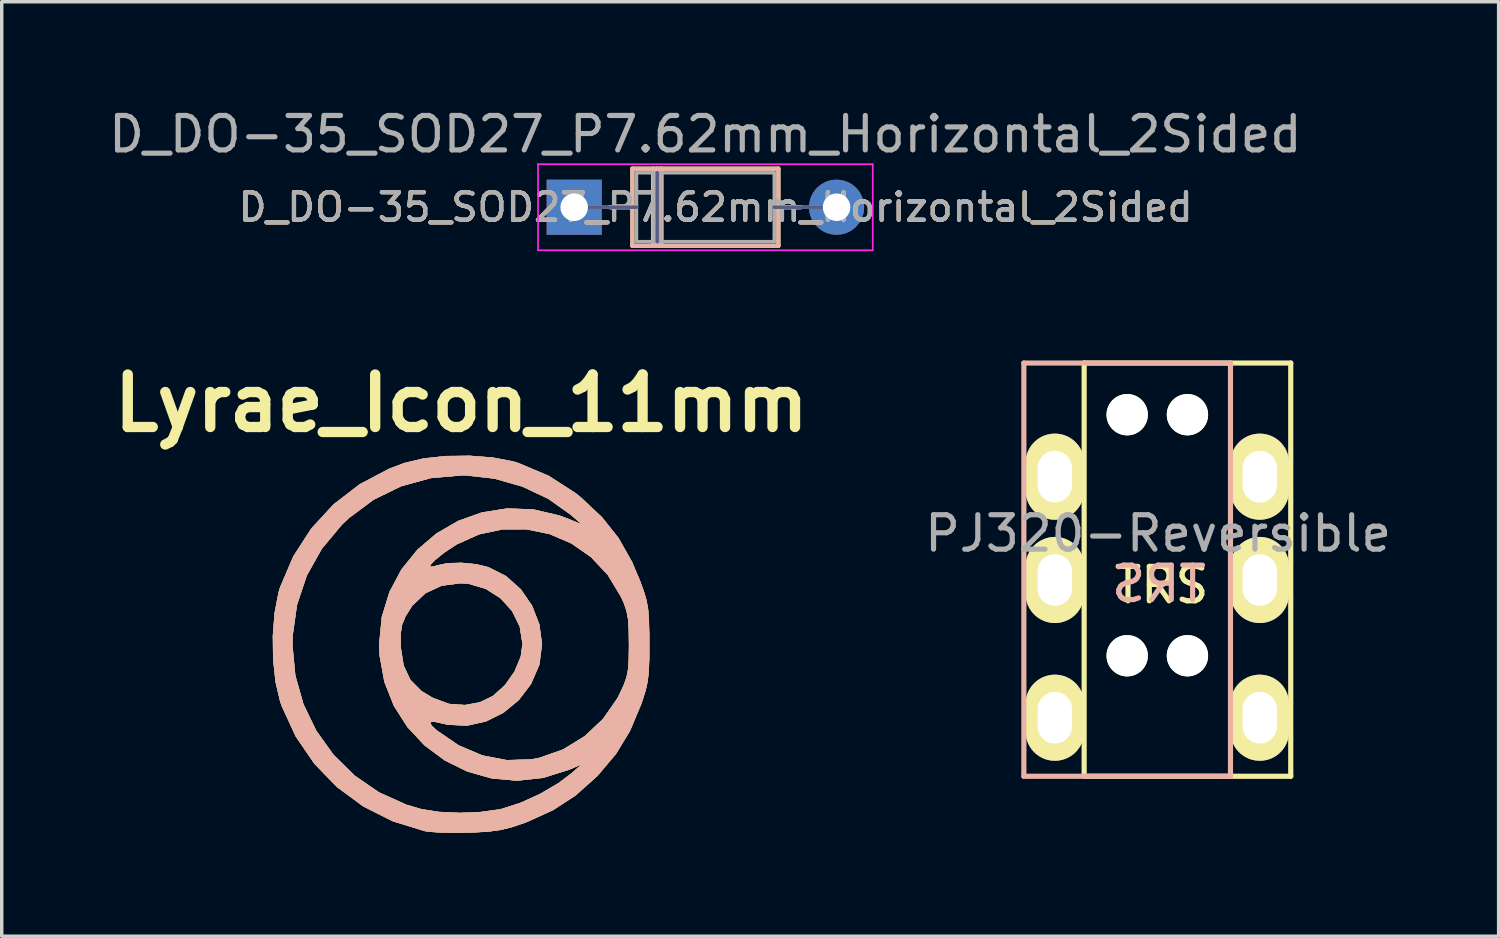
<source format=kicad_pcb>
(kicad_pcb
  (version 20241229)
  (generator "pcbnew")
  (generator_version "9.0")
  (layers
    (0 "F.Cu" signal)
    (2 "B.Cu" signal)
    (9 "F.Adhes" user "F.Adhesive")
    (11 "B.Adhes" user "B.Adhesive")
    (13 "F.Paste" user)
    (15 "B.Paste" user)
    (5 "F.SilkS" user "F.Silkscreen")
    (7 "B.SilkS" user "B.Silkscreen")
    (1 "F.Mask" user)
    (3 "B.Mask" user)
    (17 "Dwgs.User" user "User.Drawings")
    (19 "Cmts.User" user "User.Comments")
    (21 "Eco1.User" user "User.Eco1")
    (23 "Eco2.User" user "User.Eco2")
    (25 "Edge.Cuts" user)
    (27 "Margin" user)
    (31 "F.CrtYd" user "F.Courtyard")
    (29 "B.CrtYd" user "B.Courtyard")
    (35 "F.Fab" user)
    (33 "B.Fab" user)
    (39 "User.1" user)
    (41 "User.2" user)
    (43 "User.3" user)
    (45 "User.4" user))
  (footprint "Lyrae_Icon_11mm"
    (layer "F.Cu")
    (at 10.349 15.661)
    (property "Reference" "Lyrae_Icon_11mm" (at 0 -7 0) (layer "F.SilkS") (effects (font (size 1.524 1.524) (thickness 0.3))))
    (attr through_hole)
    (fp_poly (pts (xy 0.916 -5.421) (xy 1.504 -5.308) (xy 1.651 -5.263) (xy 2.531 -4.891) (xy 3.308 -4.392) (xy 3.475 -4.258) (xy 4.082 -3.687) (xy 4.563 -3.081) (xy 4.953 -2.392) (xy 5.193 -1.823) (xy 5.301 -1.525) (xy 5.374 -1.274) (xy 5.419 -1.024) (xy 5.443 -0.726) (xy 5.453 -0.333) (xy 5.455 -0.042) (xy 5.453 0.433) (xy 5.439 0.788) (xy 5.408 1.07) (xy 5.352 1.326) (xy 5.265 1.606) (xy 5.221 1.735) (xy 4.895 2.511) (xy 4.491 3.177) (xy 3.976 3.789) (xy 3.922 3.844) (xy 3.312 4.389) (xy 2.66 4.813) (xy 1.909 5.155) (xy 1.829 5.185) (xy 1.467 5.308) (xy 1.143 5.388) (xy 0.794 5.436) (xy 0.357 5.462) (xy 0.212 5.467) (xy -0.208 5.472) (xy -0.601 5.464) (xy -0.915 5.443) (xy -1.058 5.423) (xy -1.99 5.137) (xy -2.845 4.707) (xy -3.609 4.145) (xy -4.268 3.464) (xy -4.808 2.676) (xy -5.214 1.793) (xy -5.263 1.651) (xy -5.394 1.097) (xy -5.464 0.446) (xy -5.47 0.025) (xy -4.909 0.025) (xy -4.826 0.903) (xy -4.59 1.739) (xy -4.215 2.514) (xy -3.715 3.212) (xy -3.103 3.814) (xy -2.393 4.303) (xy -1.599 4.661) (xy -1.167 4.788) (xy -0.654 4.869) (xy -0.055 4.898) (xy 0.555 4.873) (xy 1.103 4.797) (xy 1.177 4.78) (xy 1.718 4.606) (xy 2.29 4.345) (xy 2.823 4.033) (xy 3.175 3.767) (xy 3.514 3.473) (xy 3.129 3.638) (xy 2.375 3.876) (xy 1.62 3.957) (xy 0.882 3.892) (xy 0.177 3.693) (xy -0.476 3.372) (xy -1.062 2.939) (xy -1.561 2.407) (xy -1.654 2.262) (xy -0.913 2.262) (xy -0.87 2.358) (xy -0.716 2.503) (xy -0.076 2.94) (xy 0.61 3.23) (xy 1.319 3.366) (xy 2.031 3.344) (xy 2.268 3.299) (xy 2.956 3.056) (xy 3.582 2.671) (xy 4.117 2.167) (xy 4.533 1.568) (xy 4.592 1.452) (xy 4.717 1.184) (xy 4.797 0.962) (xy 4.842 0.733) (xy 4.863 0.446) (xy 4.868 0.048) (xy 4.868 0) (xy 4.863 -0.423) (xy 4.843 -0.728) (xy 4.799 -0.966) (xy 4.723 -1.189) (xy 4.64 -1.376) (xy 4.255 -2.014) (xy 3.765 -2.536) (xy 3.193 -2.934) (xy 2.56 -3.205) (xy 1.888 -3.342) (xy 1.198 -3.341) (xy 0.513 -3.196) (xy -0.146 -2.9) (xy -0.511 -2.657) (xy -0.774 -2.442) (xy -0.906 -2.302) (xy -0.903 -2.244) (xy -0.761 -2.271) (xy -0.714 -2.288) (xy -0.397 -2.354) (xy 0.009 -2.365) (xy 0.434 -2.323) (xy 0.779 -2.239) (xy 1.294 -1.979) (xy 1.724 -1.595) (xy 2.051 -1.118) (xy 2.261 -0.578) (xy 2.338 -0.006) (xy 2.266 0.568) (xy 2.255 0.607) (xy 2.018 1.154) (xy 1.664 1.619) (xy 1.219 1.985) (xy 0.71 2.238) (xy 0.165 2.359) (xy -0.391 2.334) (xy -0.546 2.298) (xy -0.805 2.242) (xy -0.913 2.262) (xy -1.654 2.262) (xy -1.958 1.786) (xy -2.234 1.089) (xy -2.373 0.325) (xy -2.386 0) (xy -2.357 -0.294) (xy -1.768 -0.294) (xy -1.764 0.072) (xy -1.764 0.087) (xy -1.679 0.618) (xy -1.484 1.034) (xy -1.161 1.36) (xy -0.836 1.556) (xy -0.358 1.733) (xy 0.107 1.766) (xy 0.538 1.687) (xy 0.92 1.501) (xy 1.266 1.189) (xy 1.545 0.794) (xy 1.726 0.358) (xy 1.778 -0.01) (xy 1.697 -0.515) (xy 1.475 -0.967) (xy 1.136 -1.342) (xy 0.707 -1.614) (xy 0.212 -1.759) (xy -0.024 -1.776) (xy -0.577 -1.704) (xy -1.048 -1.484) (xy -1.429 -1.123) (xy -1.626 -0.812) (xy -1.726 -0.565) (xy -1.768 -0.294) (xy -2.357 -0.294) (xy -2.309 -0.791) (xy -2.086 -1.519) (xy -1.737 -2.174) (xy -1.277 -2.743) (xy -0.724 -3.215) (xy -0.094 -3.58) (xy 0.595 -3.826) (xy 1.326 -3.942) (xy 2.083 -3.916) (xy 2.848 -3.737) (xy 3.103 -3.641) (xy 3.514 -3.471) (xy 3.175 -3.767) (xy 2.525 -4.228) (xy 1.774 -4.582) (xy 0.962 -4.814) (xy 0.129 -4.908) (xy 0.025 -4.909) (xy -0.889 -4.83) (xy -1.753 -4.592) (xy -2.553 -4.201) (xy -3.277 -3.662) (xy -3.474 -3.474) (xy -4.056 -2.776) (xy -4.492 -1.997) (xy -4.776 -1.151) (xy -4.903 -0.25) (xy -4.909 0.025) (xy -5.47 0.025) (xy -5.473 -0.245) (xy -5.421 -0.915) (xy -5.308 -1.504) (xy -5.264 -1.651) (xy -4.878 -2.553) (xy -4.357 -3.36) (xy -3.711 -4.061) (xy -2.953 -4.644) (xy -2.095 -5.097) (xy -1.651 -5.264) (xy -1.097 -5.395) (xy -0.444 -5.465) (xy 0.246 -5.473) (xy 0.916 -5.421)) (stroke (width 0.01) (type solid)) (fill yes) (layer "F.SilkS"))
    (fp_poly (pts (xy 0.916 -5.421) (xy 1.504 -5.308) (xy 1.651 -5.263) (xy 2.531 -4.891) (xy 3.308 -4.392) (xy 3.475 -4.258) (xy 4.082 -3.687) (xy 4.563 -3.081) (xy 4.953 -2.392) (xy 5.193 -1.823) (xy 5.301 -1.525) (xy 5.374 -1.274) (xy 5.419 -1.024) (xy 5.443 -0.726) (xy 5.453 -0.333) (xy 5.455 -0.042) (xy 5.453 0.433) (xy 5.439 0.788) (xy 5.408 1.07) (xy 5.352 1.326) (xy 5.265 1.606) (xy 5.221 1.735) (xy 4.895 2.511) (xy 4.491 3.177) (xy 3.976 3.789) (xy 3.922 3.844) (xy 3.312 4.389) (xy 2.66 4.813) (xy 1.909 5.155) (xy 1.829 5.185) (xy 1.467 5.308) (xy 1.143 5.388) (xy 0.794 5.436) (xy 0.357 5.462) (xy 0.212 5.467) (xy -0.208 5.472) (xy -0.601 5.464) (xy -0.915 5.443) (xy -1.058 5.423) (xy -1.99 5.137) (xy -2.845 4.707) (xy -3.609 4.145) (xy -4.268 3.464) (xy -4.808 2.676) (xy -5.214 1.793) (xy -5.263 1.651) (xy -5.394 1.097) (xy -5.464 0.446) (xy -5.47 0.025) (xy -4.909 0.025) (xy -4.826 0.903) (xy -4.59 1.739) (xy -4.215 2.514) (xy -3.715 3.212) (xy -3.103 3.814) (xy -2.393 4.303) (xy -1.599 4.661) (xy -1.167 4.788) (xy -0.654 4.869) (xy -0.055 4.898) (xy 0.555 4.873) (xy 1.103 4.797) (xy 1.177 4.78) (xy 1.718 4.606) (xy 2.29 4.345) (xy 2.823 4.033) (xy 3.175 3.767) (xy 3.514 3.473) (xy 3.129 3.638) (xy 2.375 3.876) (xy 1.62 3.957) (xy 0.882 3.892) (xy 0.177 3.693) (xy -0.476 3.372) (xy -1.062 2.939) (xy -1.561 2.407) (xy -1.654 2.262) (xy -0.913 2.262) (xy -0.87 2.358) (xy -0.716 2.503) (xy -0.076 2.94) (xy 0.61 3.23) (xy 1.319 3.366) (xy 2.031 3.344) (xy 2.268 3.299) (xy 2.956 3.056) (xy 3.582 2.671) (xy 4.117 2.167) (xy 4.533 1.568) (xy 4.592 1.452) (xy 4.717 1.184) (xy 4.797 0.962) (xy 4.842 0.733) (xy 4.863 0.446) (xy 4.868 0.048) (xy 4.868 0) (xy 4.863 -0.423) (xy 4.843 -0.728) (xy 4.799 -0.966) (xy 4.723 -1.189) (xy 4.64 -1.376) (xy 4.255 -2.014) (xy 3.765 -2.536) (xy 3.193 -2.934) (xy 2.56 -3.205) (xy 1.888 -3.342) (xy 1.198 -3.341) (xy 0.513 -3.196) (xy -0.146 -2.9) (xy -0.511 -2.657) (xy -0.774 -2.442) (xy -0.906 -2.302) (xy -0.903 -2.244) (xy -0.761 -2.271) (xy -0.714 -2.288) (xy -0.397 -2.354) (xy 0.009 -2.365) (xy 0.434 -2.323) (xy 0.779 -2.239) (xy 1.294 -1.979) (xy 1.724 -1.595) (xy 2.051 -1.118) (xy 2.261 -0.578) (xy 2.338 -0.006) (xy 2.266 0.568) (xy 2.255 0.607) (xy 2.018 1.154) (xy 1.664 1.619) (xy 1.219 1.985) (xy 0.71 2.238) (xy 0.165 2.359) (xy -0.391 2.334) (xy -0.546 2.298) (xy -0.805 2.242) (xy -0.913 2.262) (xy -1.654 2.262) (xy -1.958 1.786) (xy -2.234 1.089) (xy -2.373 0.325) (xy -2.386 0) (xy -2.357 -0.294) (xy -1.768 -0.294) (xy -1.764 0.072) (xy -1.764 0.087) (xy -1.679 0.618) (xy -1.484 1.034) (xy -1.161 1.36) (xy -0.836 1.556) (xy -0.358 1.733) (xy 0.107 1.766) (xy 0.538 1.687) (xy 0.92 1.501) (xy 1.266 1.189) (xy 1.545 0.794) (xy 1.726 0.358) (xy 1.778 -0.01) (xy 1.697 -0.515) (xy 1.475 -0.967) (xy 1.136 -1.342) (xy 0.707 -1.614) (xy 0.212 -1.759) (xy -0.024 -1.776) (xy -0.577 -1.704) (xy -1.048 -1.484) (xy -1.429 -1.123) (xy -1.626 -0.812) (xy -1.726 -0.565) (xy -1.768 -0.294) (xy -2.357 -0.294) (xy -2.309 -0.791) (xy -2.086 -1.519) (xy -1.737 -2.174) (xy -1.277 -2.743) (xy -0.724 -3.215) (xy -0.094 -3.58) (xy 0.595 -3.826) (xy 1.326 -3.942) (xy 2.083 -3.916) (xy 2.848 -3.737) (xy 3.103 -3.641) (xy 3.514 -3.471) (xy 3.175 -3.767) (xy 2.525 -4.228) (xy 1.774 -4.582) (xy 0.962 -4.814) (xy 0.129 -4.908) (xy 0.025 -4.909) (xy -0.889 -4.83) (xy -1.753 -4.592) (xy -2.553 -4.201) (xy -3.277 -3.662) (xy -3.474 -3.474) (xy -4.056 -2.776) (xy -4.492 -1.997) (xy -4.776 -1.151) (xy -4.903 -0.25) (xy -4.909 0.025) (xy -5.47 0.025) (xy -5.473 -0.245) (xy -5.421 -0.915) (xy -5.308 -1.504) (xy -5.264 -1.651) (xy -4.878 -2.553) (xy -4.357 -3.36) (xy -3.711 -4.061) (xy -2.953 -4.644) (xy -2.095 -5.097) (xy -1.651 -5.264) (xy -1.097 -5.395) (xy -0.444 -5.465) (xy 0.246 -5.473) (xy 0.916 -5.421)) (stroke (width 0.01) (type solid)) (fill yes) (layer "B.SilkS")))
  (footprint "D_DO-35_SOD27_P7.62mm_Horizontal_2Sided"
    (layer "F.Cu")
    (at 13.625 2.968)
    (property "Reference" "D_DO-35_SOD27_P7.62mm_Horizontal_2Sided" (at 3.81 -2.12 0) (unlocked yes) (layer "F.Fab") (effects (font (size 1 1) (thickness 0.15))))
    (attr through_hole)
    (fp_line (start 1.04 0) (end 1.69 0) (stroke (width 0.12) (type solid)) (layer "F.SilkS"))
    (fp_line (start 1.69 -1.12) (end 1.69 1.12) (stroke (width 0.12) (type solid)) (layer "F.SilkS"))
    (fp_line (start 1.69 1.12) (end 5.93 1.12) (stroke (width 0.12) (type solid)) (layer "F.SilkS"))
    (fp_line (start 2.29 -1.12) (end 2.29 1.12) (stroke (width 0.12) (type solid)) (layer "F.SilkS"))
    (fp_line (start 2.41 -1.12) (end 2.41 1.12) (stroke (width 0.12) (type solid)) (layer "F.SilkS"))
    (fp_line (start 2.53 -1.12) (end 2.53 1.12) (stroke (width 0.12) (type solid)) (layer "F.SilkS"))
    (fp_line (start 5.93 -1.12) (end 1.69 -1.12) (stroke (width 0.12) (type solid)) (layer "F.SilkS"))
    (fp_line (start 5.93 1.12) (end 5.93 -1.12) (stroke (width 0.12) (type solid)) (layer "F.SilkS"))
    (fp_line (start 6.58 0) (end 5.93 0) (stroke (width 0.12) (type solid)) (layer "F.SilkS"))
    (fp_line (start 1.04 0) (end 1.69 0) (stroke (width 0.12) (type solid)) (layer "B.SilkS"))
    (fp_line (start 1.69 -1.12) (end 5.93 -1.12) (stroke (width 0.12) (type solid)) (layer "B.SilkS"))
    (fp_line (start 1.69 1.12) (end 1.69 -1.12) (stroke (width 0.12) (type solid)) (layer "B.SilkS"))
    (fp_line (start 2.29 -1.12) (end 2.29 1.12) (stroke (width 0.12) (type solid)) (layer "B.SilkS"))
    (fp_line (start 2.41 -1.12) (end 2.41 1.12) (stroke (width 0.12) (type solid)) (layer "B.SilkS"))
    (fp_line (start 2.53 -1.12) (end 2.53 1.12) (stroke (width 0.12) (type solid)) (layer "B.SilkS"))
    (fp_line (start 5.93 -1.12) (end 5.93 1.12) (stroke (width 0.12) (type solid)) (layer "B.SilkS"))
    (fp_line (start 5.93 1.12) (end 1.69 1.12) (stroke (width 0.12) (type solid)) (layer "B.SilkS"))
    (fp_line (start 6.58 0) (end 5.93 0) (stroke (width 0.12) (type solid)) (layer "B.SilkS"))
    (fp_line (start -1.05 -1.25) (end -1.05 1.25) (stroke (width 0.05) (type solid)) (layer "F.CrtYd"))
    (fp_line (start -1.05 1.25) (end 8.67 1.25) (stroke (width 0.05) (type solid)) (layer "F.CrtYd"))
    (fp_line (start 8.67 -1.25) (end -1.05 -1.25) (stroke (width 0.05) (type solid)) (layer "F.CrtYd"))
    (fp_line (start 8.67 1.25) (end 8.67 -1.25) (stroke (width 0.05) (type solid)) (layer "F.CrtYd"))
    (fp_line (start 0 0) (end 1.81 0) (stroke (width 0.1) (type solid)) (layer "B.Fab"))
    (fp_line (start 2.41 1) (end 2.41 -1) (stroke (width 0.1) (type solid)) (layer "B.Fab"))
    (fp_line (start 7.62 0) (end 5.81 0) (stroke (width 0.1) (type solid)) (layer "B.Fab"))
    (fp_line (start 0 0) (end 1.81 0) (stroke (width 0.1) (type solid)) (layer "F.Fab"))
    (fp_line (start 1.81 -1) (end 1.81 1) (stroke (width 0.1) (type solid)) (layer "F.Fab"))
    (fp_line (start 1.81 1) (end 5.81 1) (stroke (width 0.1) (type solid)) (layer "F.Fab"))
    (fp_line (start 2.31 -1) (end 2.31 1) (stroke (width 0.1) (type solid)) (layer "F.Fab"))
    (fp_line (start 2.41 -1) (end 2.41 1) (stroke (width 0.1) (type solid)) (layer "F.Fab"))
    (fp_line (start 2.51 -1) (end 2.51 1) (stroke (width 0.1) (type solid)) (layer "F.Fab"))
    (fp_line (start 5.81 -1) (end 1.81 -1) (stroke (width 0.1) (type solid)) (layer "F.Fab"))
    (fp_line (start 5.81 1) (end 5.81 -1) (stroke (width 0.1) (type solid)) (layer "F.Fab"))
    (fp_line (start 7.62 0) (end 5.81 0) (stroke (width 0.1) (type solid)) (layer "F.Fab"))
    (fp_text user "${REFERENCE}" (at 4.11 0 0) (layer "F.SilkS") (effects (font (size 0.8 0.8) (thickness 0.12))))
    (fp_text user "${REFERENCE}" (at 4.11 0 0) (layer "B.SilkS") (effects (font (size 0.8 0.8) (thickness 0.12))))
    (fp_text user "${REFERENCE}" (at 4.11 0 0) (layer "F.Fab") (effects (font (size 0.8 0.8) (thickness 0.12))))
    (pad "1" thru_hole rect (at 0 0) (size 1.6 1.6) (drill 0.8) (layers "*.Cu" "*.Mask"))
    (pad "2" thru_hole oval (at 7.62 0) (size 1.6 1.6) (drill 0.8) (layers "*.Cu" "*.Mask")))
  (footprint "PJ320-Reversible"
    (layer "F.Cu")
    (at 31.434 7.493)
    (property "Reference" "PJ320-Reversible" (at -0.85 4.95 0) (layer "F.Fab") (effects (font (size 1 1) (thickness 0.15))))
    (attr through_hole)
    (fp_line (start -3 0) (end 3 0) (stroke (width 0.15) (type solid)) (layer "F.SilkS"))
    (fp_line (start -3 12) (end -3 0) (stroke (width 0.15) (type solid)) (layer "F.SilkS"))
    (fp_line (start 3 0) (end 3 12) (stroke (width 0.15) (type solid)) (layer "F.SilkS"))
    (fp_line (start 3 12) (end -3 12) (stroke (width 0.15) (type solid)) (layer "F.SilkS"))
    (fp_line (start -4.75 0) (end 1.25 0) (stroke (width 0.15) (type solid)) (layer "B.SilkS"))
    (fp_line (start -4.75 12) (end -4.75 0) (stroke (width 0.15) (type solid)) (layer "B.SilkS"))
    (fp_line (start 1.25 0) (end 1.25 12) (stroke (width 0.15) (type solid)) (layer "B.SilkS"))
    (fp_line (start 1.25 12) (end -4.75 12) (stroke (width 0.15) (type solid)) (layer "B.SilkS"))
    (fp_text user "TRS" (at -0.75 6.45 0) (layer "F.SilkS") (effects (font (size 1 1) (thickness 0.15))))
    (fp_text user "TRS" (at -0.826 6.413 0) (layer "B.SilkS") (effects (font (size 1 1) (thickness 0.15)) (justify mirror)))
    (pad "" np_thru_hole circle (at -1.75 1.5) (size 1.2 1.2) (drill 1.2) (layers "*.Cu" "*.Mask" "F.SilkS"))
    (pad "" np_thru_hole circle (at -1.75 8.5) (size 1.2 1.2) (drill 1.2) (layers "*.Cu" "*.Mask" "F.SilkS"))
    (pad "" np_thru_hole circle (at 0 1.5) (size 1.2 1.2) (drill 1.2) (layers "*.Cu" "*.Mask" "F.SilkS"))
    (pad "" np_thru_hole circle (at 0 8.5) (size 1.2 1.2) (drill 1.2) (layers "*.Cu" "*.Mask" "F.SilkS"))
    (pad "1" thru_hole oval (at -3.85 3.3) (size 1.7 2.5) (drill oval 1 1.5) (layers "*.Cu" "*.Mask" "F.SilkS"))
    (pad "1" thru_hole oval (at 2.1 3.3) (size 1.7 2.5) (drill oval 1 1.5) (layers "*.Cu" "*.Mask" "F.SilkS"))
    (pad "2" thru_hole oval (at -3.85 6.3) (size 1.7 2.5) (drill oval 1 1.5) (layers "*.Cu" "*.Mask" "F.SilkS"))
    (pad "2" thru_hole oval (at 2.1 6.3) (size 1.7 2.5) (drill oval 1 1.5) (layers "*.Cu" "*.Mask" "F.SilkS"))
    (pad "3" thru_hole oval (at -3.85 10.3) (size 1.7 2.5) (drill oval 1 1.5) (layers "*.Cu" "*.Mask" "F.SilkS"))
    (pad "3" thru_hole oval (at 2.1 10.3) (size 1.7 2.5) (drill oval 1 1.5) (layers "*.Cu" "*.Mask" "F.SilkS")))
  (gr_rect
    (start -3 -3)
    (end 40.471 24.138)
    (stroke (width 0.1) (type default))
    (fill no)
    (layer "Edge.Cuts")))
</source>
